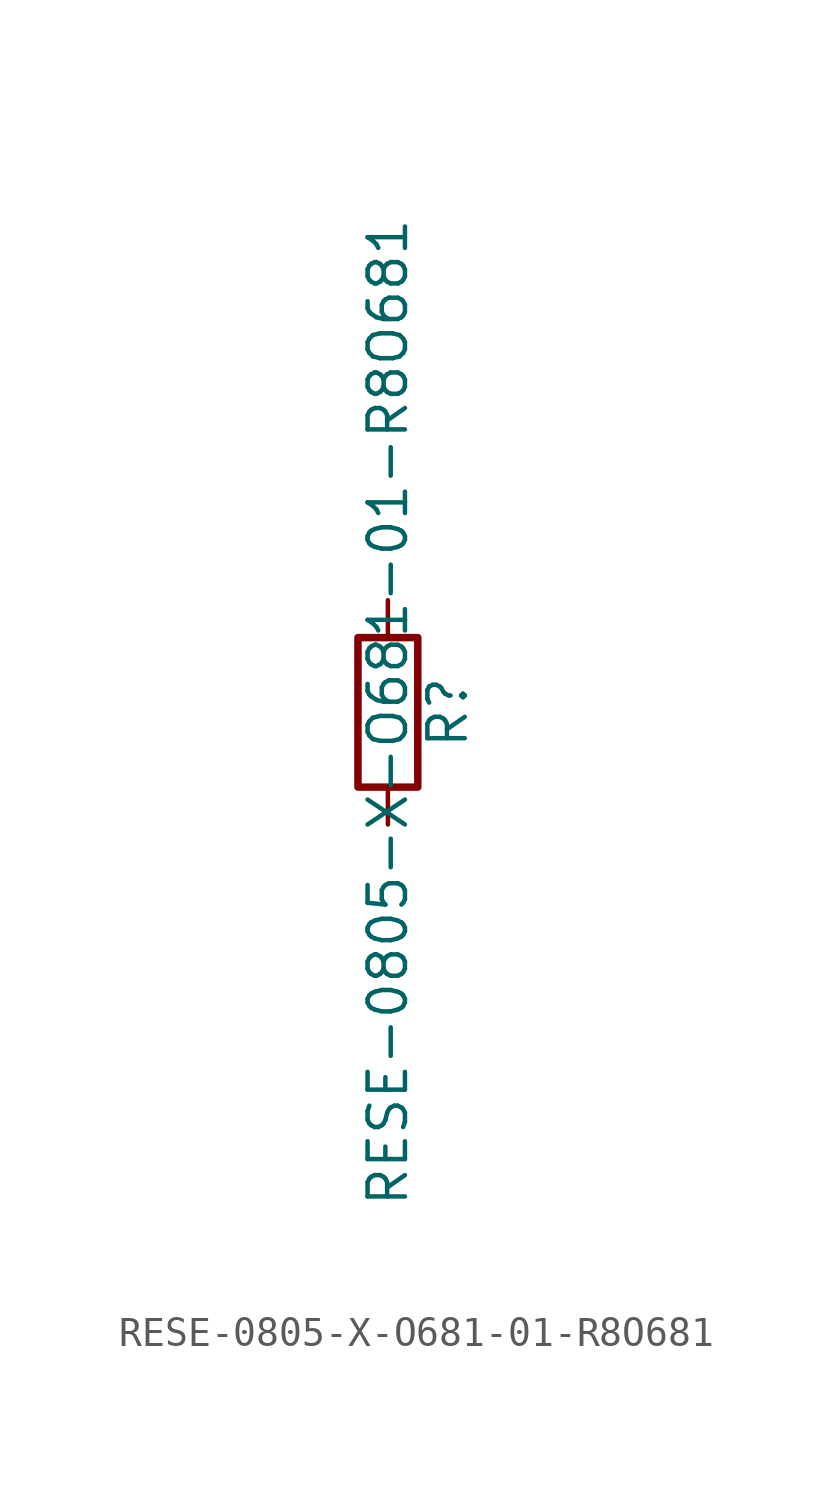
<source format=kicad_sym>
(kicad_symbol_lib
  (version 20211014)
  (generator kicad_symbol_editor)
  (symbol "RESE-0805-X-O681-01-R8O681"
    (pin_numbers hide)
    (pin_names
      (offset 0))
    (property "Reference" "R"
      (at 2.032 0 90)
      (effects (font (size 1.27 1.27))))
    (property "Value" "RESE-0805-X-O681-01-R8O681"
      (at 0 0 90)
      (effects (font (size 1.27 1.27))))
    (symbol "RESE-0805-X-O681-01-R8O681_0_1"
      (rectangle (start -1.016 -2.54) (end 1.016 2.54) (stroke (width 0.254) (type default) (color 0 0 0 0)) (fill (type none))))
    (symbol "RESE-0805-X-O681-01-R8O681_1_1"
      (pin passive line (at 0 3.81 270) (length 1.27) (name "~" (effects (font (size 1.27 1.27)))) (number "1" (effects (font (size 1.27 1.27)))))
      (pin passive line (at 0 -3.81 90) (length 1.27) (name "~" (effects (font (size 1.27 1.27)))) (number "2" (effects (font (size 1.27 1.27))))))))
</source>
